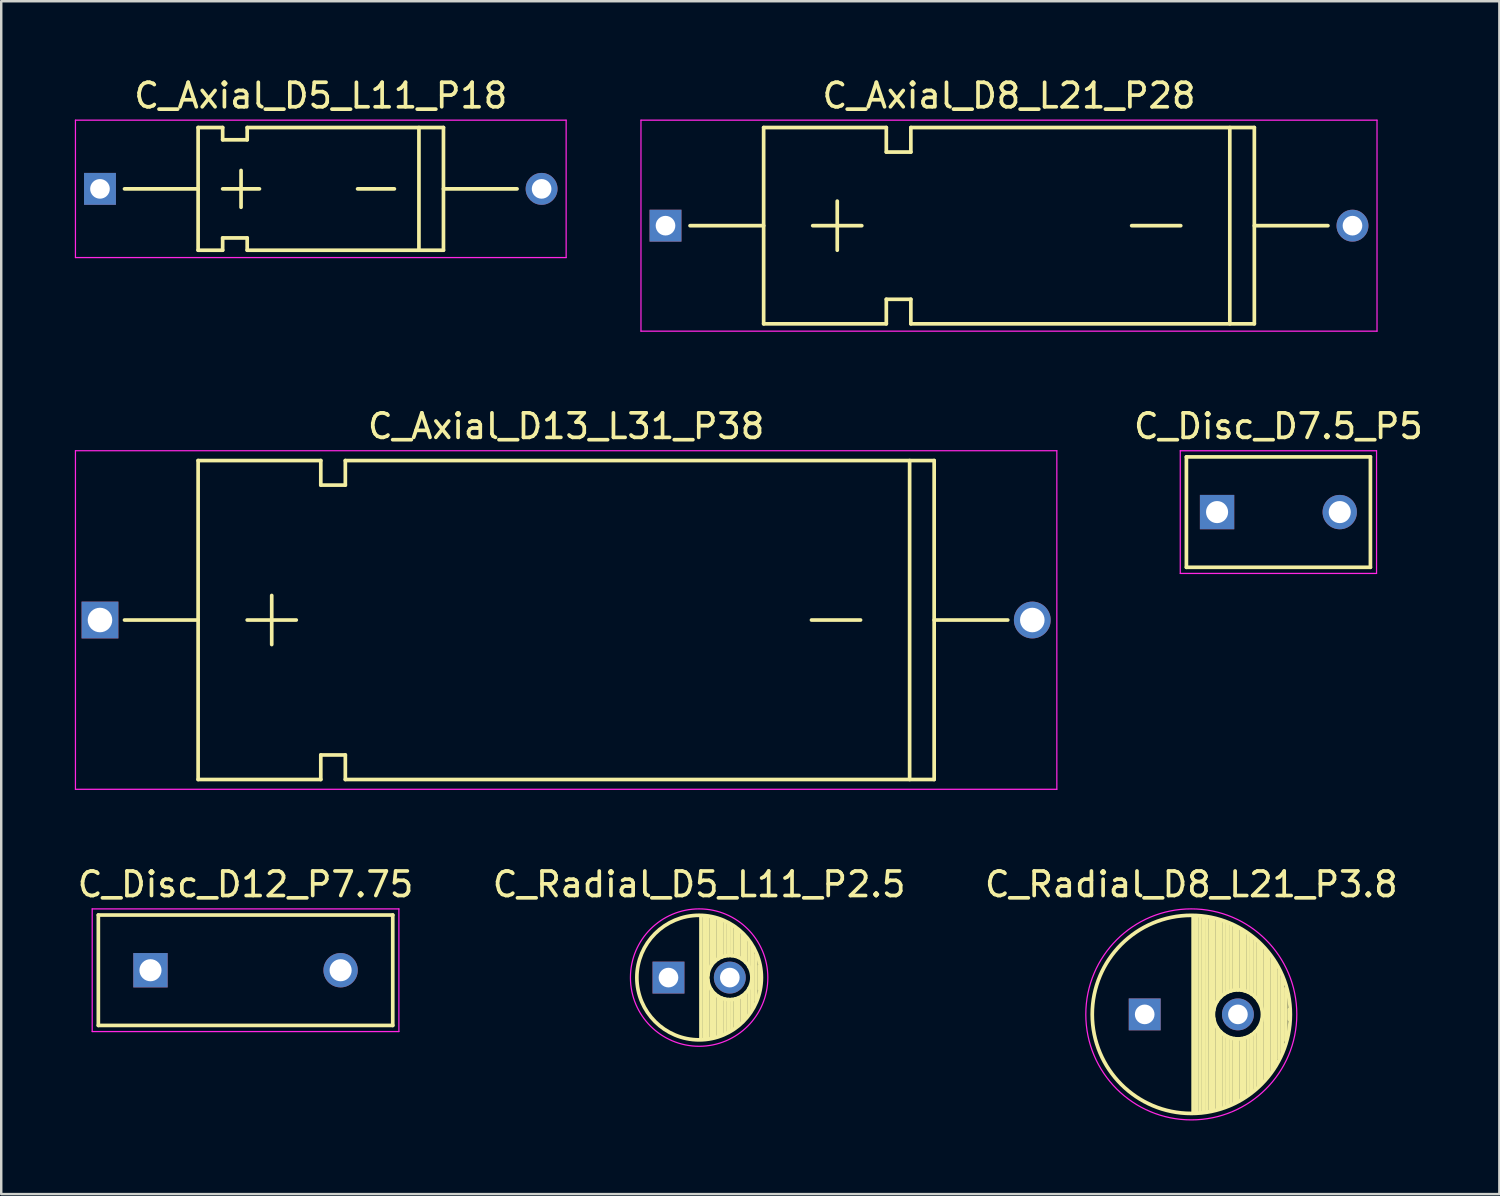
<source format=kicad_pcb>
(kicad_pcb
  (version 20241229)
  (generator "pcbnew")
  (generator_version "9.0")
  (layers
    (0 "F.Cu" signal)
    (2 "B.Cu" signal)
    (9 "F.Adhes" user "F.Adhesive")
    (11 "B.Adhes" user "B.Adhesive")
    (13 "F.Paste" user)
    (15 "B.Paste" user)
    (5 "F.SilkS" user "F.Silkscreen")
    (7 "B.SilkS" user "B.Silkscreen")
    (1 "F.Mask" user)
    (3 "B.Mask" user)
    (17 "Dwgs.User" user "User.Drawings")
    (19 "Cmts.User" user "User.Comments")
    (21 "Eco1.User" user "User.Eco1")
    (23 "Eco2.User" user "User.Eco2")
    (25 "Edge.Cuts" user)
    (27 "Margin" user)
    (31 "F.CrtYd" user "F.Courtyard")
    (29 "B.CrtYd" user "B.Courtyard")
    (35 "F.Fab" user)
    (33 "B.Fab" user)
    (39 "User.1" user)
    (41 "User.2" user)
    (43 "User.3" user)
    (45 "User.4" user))
  (footprint "C_Radial_D8_L21_P3.8"
    (layer "F.Cu")
    (at 43.606 38.295)
    (property "Reference" "C_Radial_D8_L21_P3.8" (at 1.9 -5.3 0) (layer "F.SilkS") (effects (font (size 1 1) (thickness 0.15))))
    (attr through_hole)
    (fp_line (start 1.975 -3.999) (end 1.975 3.999) (stroke (width 0.15) (type solid)) (layer "F.SilkS"))
    (fp_line (start 2.115 -3.994) (end 2.115 3.994) (stroke (width 0.15) (type solid)) (layer "F.SilkS"))
    (fp_line (start 2.255 -3.984) (end 2.255 3.984) (stroke (width 0.15) (type solid)) (layer "F.SilkS"))
    (fp_line (start 2.395 -3.969) (end 2.395 3.969) (stroke (width 0.15) (type solid)) (layer "F.SilkS"))
    (fp_line (start 2.535 -3.949) (end 2.535 3.949) (stroke (width 0.15) (type solid)) (layer "F.SilkS"))
    (fp_line (start 2.675 -3.924) (end 2.675 3.924) (stroke (width 0.15) (type solid)) (layer "F.SilkS"))
    (fp_line (start 2.815 -3.894) (end 2.815 -0.173) (stroke (width 0.15) (type solid)) (layer "F.SilkS"))
    (fp_line (start 2.815 0.173) (end 2.815 3.894) (stroke (width 0.15) (type solid)) (layer "F.SilkS"))
    (fp_line (start 2.955 -3.858) (end 2.955 -0.535) (stroke (width 0.15) (type solid)) (layer "F.SilkS"))
    (fp_line (start 2.955 0.535) (end 2.955 3.858) (stroke (width 0.15) (type solid)) (layer "F.SilkS"))
    (fp_line (start 3.095 -3.817) (end 3.095 -0.709) (stroke (width 0.15) (type solid)) (layer "F.SilkS"))
    (fp_line (start 3.095 0.709) (end 3.095 3.817) (stroke (width 0.15) (type solid)) (layer "F.SilkS"))
    (fp_line (start 3.235 -3.771) (end 3.235 -0.825) (stroke (width 0.15) (type solid)) (layer "F.SilkS"))
    (fp_line (start 3.235 0.825) (end 3.235 3.771) (stroke (width 0.15) (type solid)) (layer "F.SilkS"))
    (fp_line (start 3.375 -3.718) (end 3.375 -0.905) (stroke (width 0.15) (type solid)) (layer "F.SilkS"))
    (fp_line (start 3.375 0.905) (end 3.375 3.718) (stroke (width 0.15) (type solid)) (layer "F.SilkS"))
    (fp_line (start 3.515 -3.659) (end 3.515 -0.959) (stroke (width 0.15) (type solid)) (layer "F.SilkS"))
    (fp_line (start 3.515 0.959) (end 3.515 3.659) (stroke (width 0.15) (type solid)) (layer "F.SilkS"))
    (fp_line (start 3.655 -3.594) (end 3.655 -0.989) (stroke (width 0.15) (type solid)) (layer "F.SilkS"))
    (fp_line (start 3.655 0.989) (end 3.655 3.594) (stroke (width 0.15) (type solid)) (layer "F.SilkS"))
    (fp_line (start 3.795 -3.523) (end 3.795 -1) (stroke (width 0.15) (type solid)) (layer "F.SilkS"))
    (fp_line (start 3.795 1) (end 3.795 3.523) (stroke (width 0.15) (type solid)) (layer "F.SilkS"))
    (fp_line (start 3.935 -3.444) (end 3.935 -0.991) (stroke (width 0.15) (type solid)) (layer "F.SilkS"))
    (fp_line (start 3.935 0.991) (end 3.935 3.444) (stroke (width 0.15) (type solid)) (layer "F.SilkS"))
    (fp_line (start 4.075 -3.357) (end 4.075 -0.961) (stroke (width 0.15) (type solid)) (layer "F.SilkS"))
    (fp_line (start 4.075 0.961) (end 4.075 3.357) (stroke (width 0.15) (type solid)) (layer "F.SilkS"))
    (fp_line (start 4.215 -3.262) (end 4.215 -0.91) (stroke (width 0.15) (type solid)) (layer "F.SilkS"))
    (fp_line (start 4.215 0.91) (end 4.215 3.262) (stroke (width 0.15) (type solid)) (layer "F.SilkS"))
    (fp_line (start 4.355 -3.158) (end 4.355 -0.832) (stroke (width 0.15) (type solid)) (layer "F.SilkS"))
    (fp_line (start 4.355 0.832) (end 4.355 3.158) (stroke (width 0.15) (type solid)) (layer "F.SilkS"))
    (fp_line (start 4.495 -3.044) (end 4.495 -0.719) (stroke (width 0.15) (type solid)) (layer "F.SilkS"))
    (fp_line (start 4.495 0.719) (end 4.495 3.044) (stroke (width 0.15) (type solid)) (layer "F.SilkS"))
    (fp_line (start 4.635 -2.919) (end 4.635 -0.55) (stroke (width 0.15) (type solid)) (layer "F.SilkS"))
    (fp_line (start 4.635 0.55) (end 4.635 2.919) (stroke (width 0.15) (type solid)) (layer "F.SilkS"))
    (fp_line (start 4.775 -2.781) (end 4.775 -0.222) (stroke (width 0.15) (type solid)) (layer "F.SilkS"))
    (fp_line (start 4.775 0.222) (end 4.775 2.781) (stroke (width 0.15) (type solid)) (layer "F.SilkS"))
    (fp_line (start 4.915 -2.629) (end 4.915 2.629) (stroke (width 0.15) (type solid)) (layer "F.SilkS"))
    (fp_line (start 5.055 -2.459) (end 5.055 2.459) (stroke (width 0.15) (type solid)) (layer "F.SilkS"))
    (fp_line (start 5.195 -2.268) (end 5.195 2.268) (stroke (width 0.15) (type solid)) (layer "F.SilkS"))
    (fp_line (start 5.335 -2.05) (end 5.335 2.05) (stroke (width 0.15) (type solid)) (layer "F.SilkS"))
    (fp_line (start 5.475 -1.794) (end 5.475 1.794) (stroke (width 0.15) (type solid)) (layer "F.SilkS"))
    (fp_line (start 5.615 -1.483) (end 5.615 1.483) (stroke (width 0.15) (type solid)) (layer "F.SilkS"))
    (fp_line (start 5.755 -1.067) (end 5.755 1.067) (stroke (width 0.15) (type solid)) (layer "F.SilkS"))
    (fp_line (start 5.895 -0.2) (end 5.895 0.2) (stroke (width 0.15) (type solid)) (layer "F.SilkS"))
    (fp_circle (center 1.9 0) (end 1.9 -4.037) (stroke (width 0.15) (type solid)) (fill no) (layer "F.SilkS"))
    (fp_circle (center 3.8 0) (end 3.8 -1) (stroke (width 0.15) (type solid)) (fill no) (layer "F.SilkS"))
    (fp_circle (center 1.9 0) (end 1.9 -4.3) (stroke (width 0.05) (type solid)) (fill no) (layer "F.CrtYd"))
    (pad "1" thru_hole rect (at 0 0) (size 1.3 1.3) (drill 0.8) (layers "*.Cu" "*.Mask"))
    (pad "2" thru_hole circle (at 3.8 0) (size 1.3 1.3) (drill 0.8) (layers "*.Cu" "*.Mask")))
  (footprint "C_Radial_D5_L11_P2.5"
    (layer "F.Cu")
    (at 24.196 36.795)
    (property "Reference" "C_Radial_D5_L11_P2.5" (at 1.25 -3.8 0) (layer "F.SilkS") (effects (font (size 1 1) (thickness 0.15))))
    (attr through_hole)
    (fp_line (start 1.325 -2.499) (end 1.325 2.499) (stroke (width 0.15) (type solid)) (layer "F.SilkS"))
    (fp_line (start 1.465 -2.491) (end 1.465 2.491) (stroke (width 0.15) (type solid)) (layer "F.SilkS"))
    (fp_line (start 1.605 -2.475) (end 1.605 -0.095) (stroke (width 0.15) (type solid)) (layer "F.SilkS"))
    (fp_line (start 1.605 0.095) (end 1.605 2.475) (stroke (width 0.15) (type solid)) (layer "F.SilkS"))
    (fp_line (start 1.745 -2.451) (end 1.745 -0.49) (stroke (width 0.15) (type solid)) (layer "F.SilkS"))
    (fp_line (start 1.745 0.49) (end 1.745 2.451) (stroke (width 0.15) (type solid)) (layer "F.SilkS"))
    (fp_line (start 1.885 -2.418) (end 1.885 -0.657) (stroke (width 0.15) (type solid)) (layer "F.SilkS"))
    (fp_line (start 1.885 0.657) (end 1.885 2.418) (stroke (width 0.15) (type solid)) (layer "F.SilkS"))
    (fp_line (start 2.025 -2.377) (end 2.025 -0.764) (stroke (width 0.15) (type solid)) (layer "F.SilkS"))
    (fp_line (start 2.025 0.764) (end 2.025 2.377) (stroke (width 0.15) (type solid)) (layer "F.SilkS"))
    (fp_line (start 2.165 -2.327) (end 2.165 -0.835) (stroke (width 0.15) (type solid)) (layer "F.SilkS"))
    (fp_line (start 2.165 0.835) (end 2.165 2.327) (stroke (width 0.15) (type solid)) (layer "F.SilkS"))
    (fp_line (start 2.305 -2.266) (end 2.305 -0.879) (stroke (width 0.15) (type solid)) (layer "F.SilkS"))
    (fp_line (start 2.305 0.879) (end 2.305 2.266) (stroke (width 0.15) (type solid)) (layer "F.SilkS"))
    (fp_line (start 2.445 -2.196) (end 2.445 -0.898) (stroke (width 0.15) (type solid)) (layer "F.SilkS"))
    (fp_line (start 2.445 0.898) (end 2.445 2.196) (stroke (width 0.15) (type solid)) (layer "F.SilkS"))
    (fp_line (start 2.585 -2.114) (end 2.585 -0.896) (stroke (width 0.15) (type solid)) (layer "F.SilkS"))
    (fp_line (start 2.585 0.896) (end 2.585 2.114) (stroke (width 0.15) (type solid)) (layer "F.SilkS"))
    (fp_line (start 2.725 -2.019) (end 2.725 -0.871) (stroke (width 0.15) (type solid)) (layer "F.SilkS"))
    (fp_line (start 2.725 0.871) (end 2.725 2.019) (stroke (width 0.15) (type solid)) (layer "F.SilkS"))
    (fp_line (start 2.865 -1.908) (end 2.865 -0.823) (stroke (width 0.15) (type solid)) (layer "F.SilkS"))
    (fp_line (start 2.865 0.823) (end 2.865 1.908) (stroke (width 0.15) (type solid)) (layer "F.SilkS"))
    (fp_line (start 3.005 -1.78) (end 3.005 -0.745) (stroke (width 0.15) (type solid)) (layer "F.SilkS"))
    (fp_line (start 3.005 0.745) (end 3.005 1.78) (stroke (width 0.15) (type solid)) (layer "F.SilkS"))
    (fp_line (start 3.145 -1.631) (end 3.145 -0.628) (stroke (width 0.15) (type solid)) (layer "F.SilkS"))
    (fp_line (start 3.145 0.628) (end 3.145 1.631) (stroke (width 0.15) (type solid)) (layer "F.SilkS"))
    (fp_line (start 3.285 -1.452) (end 3.285 -0.44) (stroke (width 0.15) (type solid)) (layer "F.SilkS"))
    (fp_line (start 3.285 0.44) (end 3.285 1.452) (stroke (width 0.15) (type solid)) (layer "F.SilkS"))
    (fp_line (start 3.425 -1.233) (end 3.425 1.233) (stroke (width 0.15) (type solid)) (layer "F.SilkS"))
    (fp_line (start 3.565 -0.944) (end 3.565 0.944) (stroke (width 0.15) (type solid)) (layer "F.SilkS"))
    (fp_line (start 3.705 -0.472) (end 3.705 0.472) (stroke (width 0.15) (type solid)) (layer "F.SilkS"))
    (fp_circle (center 1.25 0) (end 1.25 -2.538) (stroke (width 0.15) (type solid)) (fill no) (layer "F.SilkS"))
    (fp_circle (center 2.5 0) (end 2.5 -0.9) (stroke (width 0.15) (type solid)) (fill no) (layer "F.SilkS"))
    (fp_circle (center 1.25 0) (end 1.25 -2.8) (stroke (width 0.05) (type solid)) (fill no) (layer "F.CrtYd"))
    (pad "1" thru_hole rect (at 0 0) (size 1.3 1.3) (drill 0.8) (layers "*.Cu" "*.Mask"))
    (pad "2" thru_hole circle (at 2.5 0) (size 1.3 1.3) (drill 0.8) (layers "*.Cu" "*.Mask")))
  (footprint "C_Disc_D7.5_P5"
    (layer "F.Cu")
    (at 46.556 17.822)
    (property "Reference" "C_Disc_D7.5_P5" (at 2.5 -3.5 0) (layer "F.SilkS") (effects (font (size 1 1) (thickness 0.15))))
    (attr through_hole)
    (fp_line (start -1.25 -2.25) (end 6.25 -2.25) (stroke (width 0.15) (type solid)) (layer "F.SilkS"))
    (fp_line (start -1.25 2.25) (end -1.25 -2.25) (stroke (width 0.15) (type solid)) (layer "F.SilkS"))
    (fp_line (start 6.25 -2.25) (end 6.25 2.25) (stroke (width 0.15) (type solid)) (layer "F.SilkS"))
    (fp_line (start 6.25 2.25) (end -1.25 2.25) (stroke (width 0.15) (type solid)) (layer "F.SilkS"))
    (fp_line (start -1.5 -2.5) (end 6.5 -2.5) (stroke (width 0.05) (type solid)) (layer "F.CrtYd"))
    (fp_line (start -1.5 2.5) (end -1.5 -2.5) (stroke (width 0.05) (type solid)) (layer "F.CrtYd"))
    (fp_line (start 6.5 -2.5) (end 6.5 2.5) (stroke (width 0.05) (type solid)) (layer "F.CrtYd"))
    (fp_line (start 6.5 2.5) (end -1.5 2.5) (stroke (width 0.05) (type solid)) (layer "F.CrtYd"))
    (pad "1" thru_hole rect (at 0 0) (size 1.4 1.4) (drill 0.9) (layers "*.Cu" "*.Mask"))
    (pad "2" thru_hole circle (at 5 0) (size 1.4 1.4) (drill 0.9) (layers "*.Cu" "*.Mask")))
  (footprint "C_Axial_D8_L21_P28"
    (layer "F.Cu")
    (at 24.075 6.148)
    (property "Reference" "C_Axial_D8_L21_P28" (at 14 -5.3 0) (layer "F.SilkS") (effects (font (size 1 1) (thickness 0.15))))
    (attr through_hole)
    (fp_line (start 4 0) (end 1 0) (stroke (width 0.15) (type solid)) (layer "F.SilkS"))
    (fp_line (start 4 4) (end 4 -4) (stroke (width 0.15) (type solid)) (layer "F.SilkS"))
    (fp_line (start 6 0) (end 8 0) (stroke (width 0.15) (type solid)) (layer "F.SilkS"))
    (fp_line (start 7 1) (end 7 -1) (stroke (width 0.15) (type solid)) (layer "F.SilkS"))
    (fp_line (start 9 -4) (end 4 -4) (stroke (width 0.15) (type solid)) (layer "F.SilkS"))
    (fp_line (start 9 -4) (end 9 -3) (stroke (width 0.15) (type solid)) (layer "F.SilkS"))
    (fp_line (start 9 -3) (end 10 -3) (stroke (width 0.15) (type solid)) (layer "F.SilkS"))
    (fp_line (start 9 3) (end 9 4) (stroke (width 0.15) (type solid)) (layer "F.SilkS"))
    (fp_line (start 9 4) (end 4 4) (stroke (width 0.15) (type solid)) (layer "F.SilkS"))
    (fp_line (start 10 -3) (end 10 -4) (stroke (width 0.15) (type solid)) (layer "F.SilkS"))
    (fp_line (start 10 3) (end 9 3) (stroke (width 0.15) (type solid)) (layer "F.SilkS"))
    (fp_line (start 10 4) (end 10 3) (stroke (width 0.15) (type solid)) (layer "F.SilkS"))
    (fp_line (start 10 4) (end 24 4) (stroke (width 0.15) (type solid)) (layer "F.SilkS"))
    (fp_line (start 19 0) (end 21 0) (stroke (width 0.15) (type solid)) (layer "F.SilkS"))
    (fp_line (start 23 -4) (end 23 4) (stroke (width 0.15) (type solid)) (layer "F.SilkS"))
    (fp_line (start 24 -4) (end 10 -4) (stroke (width 0.15) (type solid)) (layer "F.SilkS"))
    (fp_line (start 24 4) (end 24 -4) (stroke (width 0.15) (type solid)) (layer "F.SilkS"))
    (fp_line (start 27 0) (end 24 0) (stroke (width 0.15) (type solid)) (layer "F.SilkS"))
    (fp_line (start -1 -4.3) (end 29 -4.3) (stroke (width 0.05) (type solid)) (layer "F.CrtYd"))
    (fp_line (start -1 4.3) (end -1 -4.3) (stroke (width 0.05) (type solid)) (layer "F.CrtYd"))
    (fp_line (start 29 -4.3) (end 29 4.3) (stroke (width 0.05) (type solid)) (layer "F.CrtYd"))
    (fp_line (start 29 4.3) (end -1 4.3) (stroke (width 0.05) (type solid)) (layer "F.CrtYd"))
    (pad "1" thru_hole rect (at 0 0) (size 1.3 1.3) (drill 0.8) (layers "*.Cu" "*.Mask"))
    (pad "2" thru_hole circle (at 28 0) (size 1.3 1.3) (drill 0.8) (layers "*.Cu" "*.Mask")))
  (footprint "C_Axial_D5_L11_P18"
    (layer "F.Cu")
    (at 1.025 4.648)
    (property "Reference" "C_Axial_D5_L11_P18" (at 9 -3.8 0) (layer "F.SilkS") (effects (font (size 1 1) (thickness 0.15))))
    (attr through_hole)
    (fp_line (start 4 0) (end 1 0) (stroke (width 0.15) (type solid)) (layer "F.SilkS"))
    (fp_line (start 4 2.5) (end 4 -2.5) (stroke (width 0.15) (type solid)) (layer "F.SilkS"))
    (fp_line (start 5 -2.5) (end 4 -2.5) (stroke (width 0.15) (type solid)) (layer "F.SilkS"))
    (fp_line (start 5 -2.5) (end 5 -2) (stroke (width 0.15) (type solid)) (layer "F.SilkS"))
    (fp_line (start 5 -2) (end 6 -2) (stroke (width 0.15) (type solid)) (layer "F.SilkS"))
    (fp_line (start 5 0) (end 6.5 0) (stroke (width 0.15) (type solid)) (layer "F.SilkS"))
    (fp_line (start 5 2) (end 5 2.5) (stroke (width 0.15) (type solid)) (layer "F.SilkS"))
    (fp_line (start 5 2.5) (end 4 2.5) (stroke (width 0.15) (type solid)) (layer "F.SilkS"))
    (fp_line (start 5.75 0.75) (end 5.75 -0.75) (stroke (width 0.15) (type solid)) (layer "F.SilkS"))
    (fp_line (start 6 -2) (end 6 -2.5) (stroke (width 0.15) (type solid)) (layer "F.SilkS"))
    (fp_line (start 6 2) (end 5 2) (stroke (width 0.15) (type solid)) (layer "F.SilkS"))
    (fp_line (start 6 2.5) (end 6 2) (stroke (width 0.15) (type solid)) (layer "F.SilkS"))
    (fp_line (start 6 2.5) (end 14 2.5) (stroke (width 0.15) (type solid)) (layer "F.SilkS"))
    (fp_line (start 10.5 0) (end 12 0) (stroke (width 0.15) (type solid)) (layer "F.SilkS"))
    (fp_line (start 13 -2.5) (end 13 2.5) (stroke (width 0.15) (type solid)) (layer "F.SilkS"))
    (fp_line (start 14 -2.5) (end 6 -2.5) (stroke (width 0.15) (type solid)) (layer "F.SilkS"))
    (fp_line (start 14 2.5) (end 14 -2.5) (stroke (width 0.15) (type solid)) (layer "F.SilkS"))
    (fp_line (start 17 0) (end 14 0) (stroke (width 0.15) (type solid)) (layer "F.SilkS"))
    (fp_line (start -1 -2.8) (end 19 -2.8) (stroke (width 0.05) (type solid)) (layer "F.CrtYd"))
    (fp_line (start -1 2.8) (end -1 -2.8) (stroke (width 0.05) (type solid)) (layer "F.CrtYd"))
    (fp_line (start 19 -2.8) (end 19 2.8) (stroke (width 0.05) (type solid)) (layer "F.CrtYd"))
    (fp_line (start 19 2.8) (end -1 2.8) (stroke (width 0.05) (type solid)) (layer "F.CrtYd"))
    (pad "1" thru_hole rect (at 0 0) (size 1.3 1.3) (drill 0.8) (layers "*.Cu" "*.Mask"))
    (pad "2" thru_hole circle (at 18 0) (size 1.3 1.3) (drill 0.8) (layers "*.Cu" "*.Mask")))
  (footprint "C_Axial_D13_L31_P38"
    (layer "F.Cu")
    (at 1.025 22.221)
    (property "Reference" "C_Axial_D13_L31_P38" (at 19 -7.9 0) (layer "F.SilkS") (effects (font (size 1 1) (thickness 0.15))))
    (attr through_hole)
    (fp_line (start 4 0) (end 1 0) (stroke (width 0.15) (type solid)) (layer "F.SilkS"))
    (fp_line (start 4 6.5) (end 4 -6.5) (stroke (width 0.15) (type solid)) (layer "F.SilkS"))
    (fp_line (start 6 0) (end 8 0) (stroke (width 0.15) (type solid)) (layer "F.SilkS"))
    (fp_line (start 7 1) (end 7 -1) (stroke (width 0.15) (type solid)) (layer "F.SilkS"))
    (fp_line (start 9 -6.5) (end 4 -6.5) (stroke (width 0.15) (type solid)) (layer "F.SilkS"))
    (fp_line (start 9 -6.5) (end 9 -5.5) (stroke (width 0.15) (type solid)) (layer "F.SilkS"))
    (fp_line (start 9 -5.5) (end 10 -5.5) (stroke (width 0.15) (type solid)) (layer "F.SilkS"))
    (fp_line (start 9 5.5) (end 9 6.5) (stroke (width 0.15) (type solid)) (layer "F.SilkS"))
    (fp_line (start 9 6.5) (end 4 6.5) (stroke (width 0.15) (type solid)) (layer "F.SilkS"))
    (fp_line (start 10 -5.5) (end 10 -6.5) (stroke (width 0.15) (type solid)) (layer "F.SilkS"))
    (fp_line (start 10 5.5) (end 9 5.5) (stroke (width 0.15) (type solid)) (layer "F.SilkS"))
    (fp_line (start 10 6.5) (end 10 5.5) (stroke (width 0.15) (type solid)) (layer "F.SilkS"))
    (fp_line (start 10 6.5) (end 34 6.5) (stroke (width 0.15) (type solid)) (layer "F.SilkS"))
    (fp_line (start 29 0) (end 31 0) (stroke (width 0.15) (type solid)) (layer "F.SilkS"))
    (fp_line (start 33 -6.5) (end 33 6.5) (stroke (width 0.15) (type solid)) (layer "F.SilkS"))
    (fp_line (start 34 -6.5) (end 10 -6.5) (stroke (width 0.15) (type solid)) (layer "F.SilkS"))
    (fp_line (start 34 6.5) (end 34 -6.5) (stroke (width 0.15) (type solid)) (layer "F.SilkS"))
    (fp_line (start 37 0) (end 34 0) (stroke (width 0.15) (type solid)) (layer "F.SilkS"))
    (fp_line (start -1 -6.9) (end 39 -6.9) (stroke (width 0.05) (type solid)) (layer "F.CrtYd"))
    (fp_line (start -1 6.9) (end -1 -6.9) (stroke (width 0.05) (type solid)) (layer "F.CrtYd"))
    (fp_line (start 39 -6.9) (end 39 6.9) (stroke (width 0.05) (type solid)) (layer "F.CrtYd"))
    (fp_line (start 39 6.9) (end -1 6.9) (stroke (width 0.05) (type solid)) (layer "F.CrtYd"))
    (pad "1" thru_hole rect (at 0 0) (size 1.5 1.5) (drill 1) (layers "*.Cu" "*.Mask"))
    (pad "2" thru_hole circle (at 38 0) (size 1.5 1.5) (drill 1) (layers "*.Cu" "*.Mask")))
  (footprint "C_Disc_D12_P7.75"
    (layer "F.Cu")
    (at 3.083 36.495)
    (property "Reference" "C_Disc_D12_P7.75" (at 3.875 -3.5 0) (layer "F.SilkS") (effects (font (size 1 1) (thickness 0.15))))
    (attr through_hole)
    (fp_line (start -2.125 -2.25) (end 9.875 -2.25) (stroke (width 0.15) (type solid)) (layer "F.SilkS"))
    (fp_line (start -2.125 2.25) (end -2.125 -2.25) (stroke (width 0.15) (type solid)) (layer "F.SilkS"))
    (fp_line (start 9.875 -2.25) (end 9.875 2.25) (stroke (width 0.15) (type solid)) (layer "F.SilkS"))
    (fp_line (start 9.875 2.25) (end -2.125 2.25) (stroke (width 0.15) (type solid)) (layer "F.SilkS"))
    (fp_line (start -2.375 -2.5) (end 10.125 -2.5) (stroke (width 0.05) (type solid)) (layer "F.CrtYd"))
    (fp_line (start -2.375 2.5) (end -2.375 -2.5) (stroke (width 0.05) (type solid)) (layer "F.CrtYd"))
    (fp_line (start 10.125 -2.5) (end 10.125 2.5) (stroke (width 0.05) (type solid)) (layer "F.CrtYd"))
    (fp_line (start 10.125 2.5) (end -2.375 2.5) (stroke (width 0.05) (type solid)) (layer "F.CrtYd"))
    (pad "1" thru_hole rect (at 0 0) (size 1.4 1.4) (drill 0.9) (layers "*.Cu" "*.Mask"))
    (pad "2" thru_hole circle (at 7.75 0) (size 1.4 1.4) (drill 0.9) (layers "*.Cu" "*.Mask")))
  (gr_rect
    (start -3 -3)
    (end 58.062 45.62)
    (stroke (width 0.1) (type default))
    (fill no)
    (layer "Edge.Cuts")))
</source>
